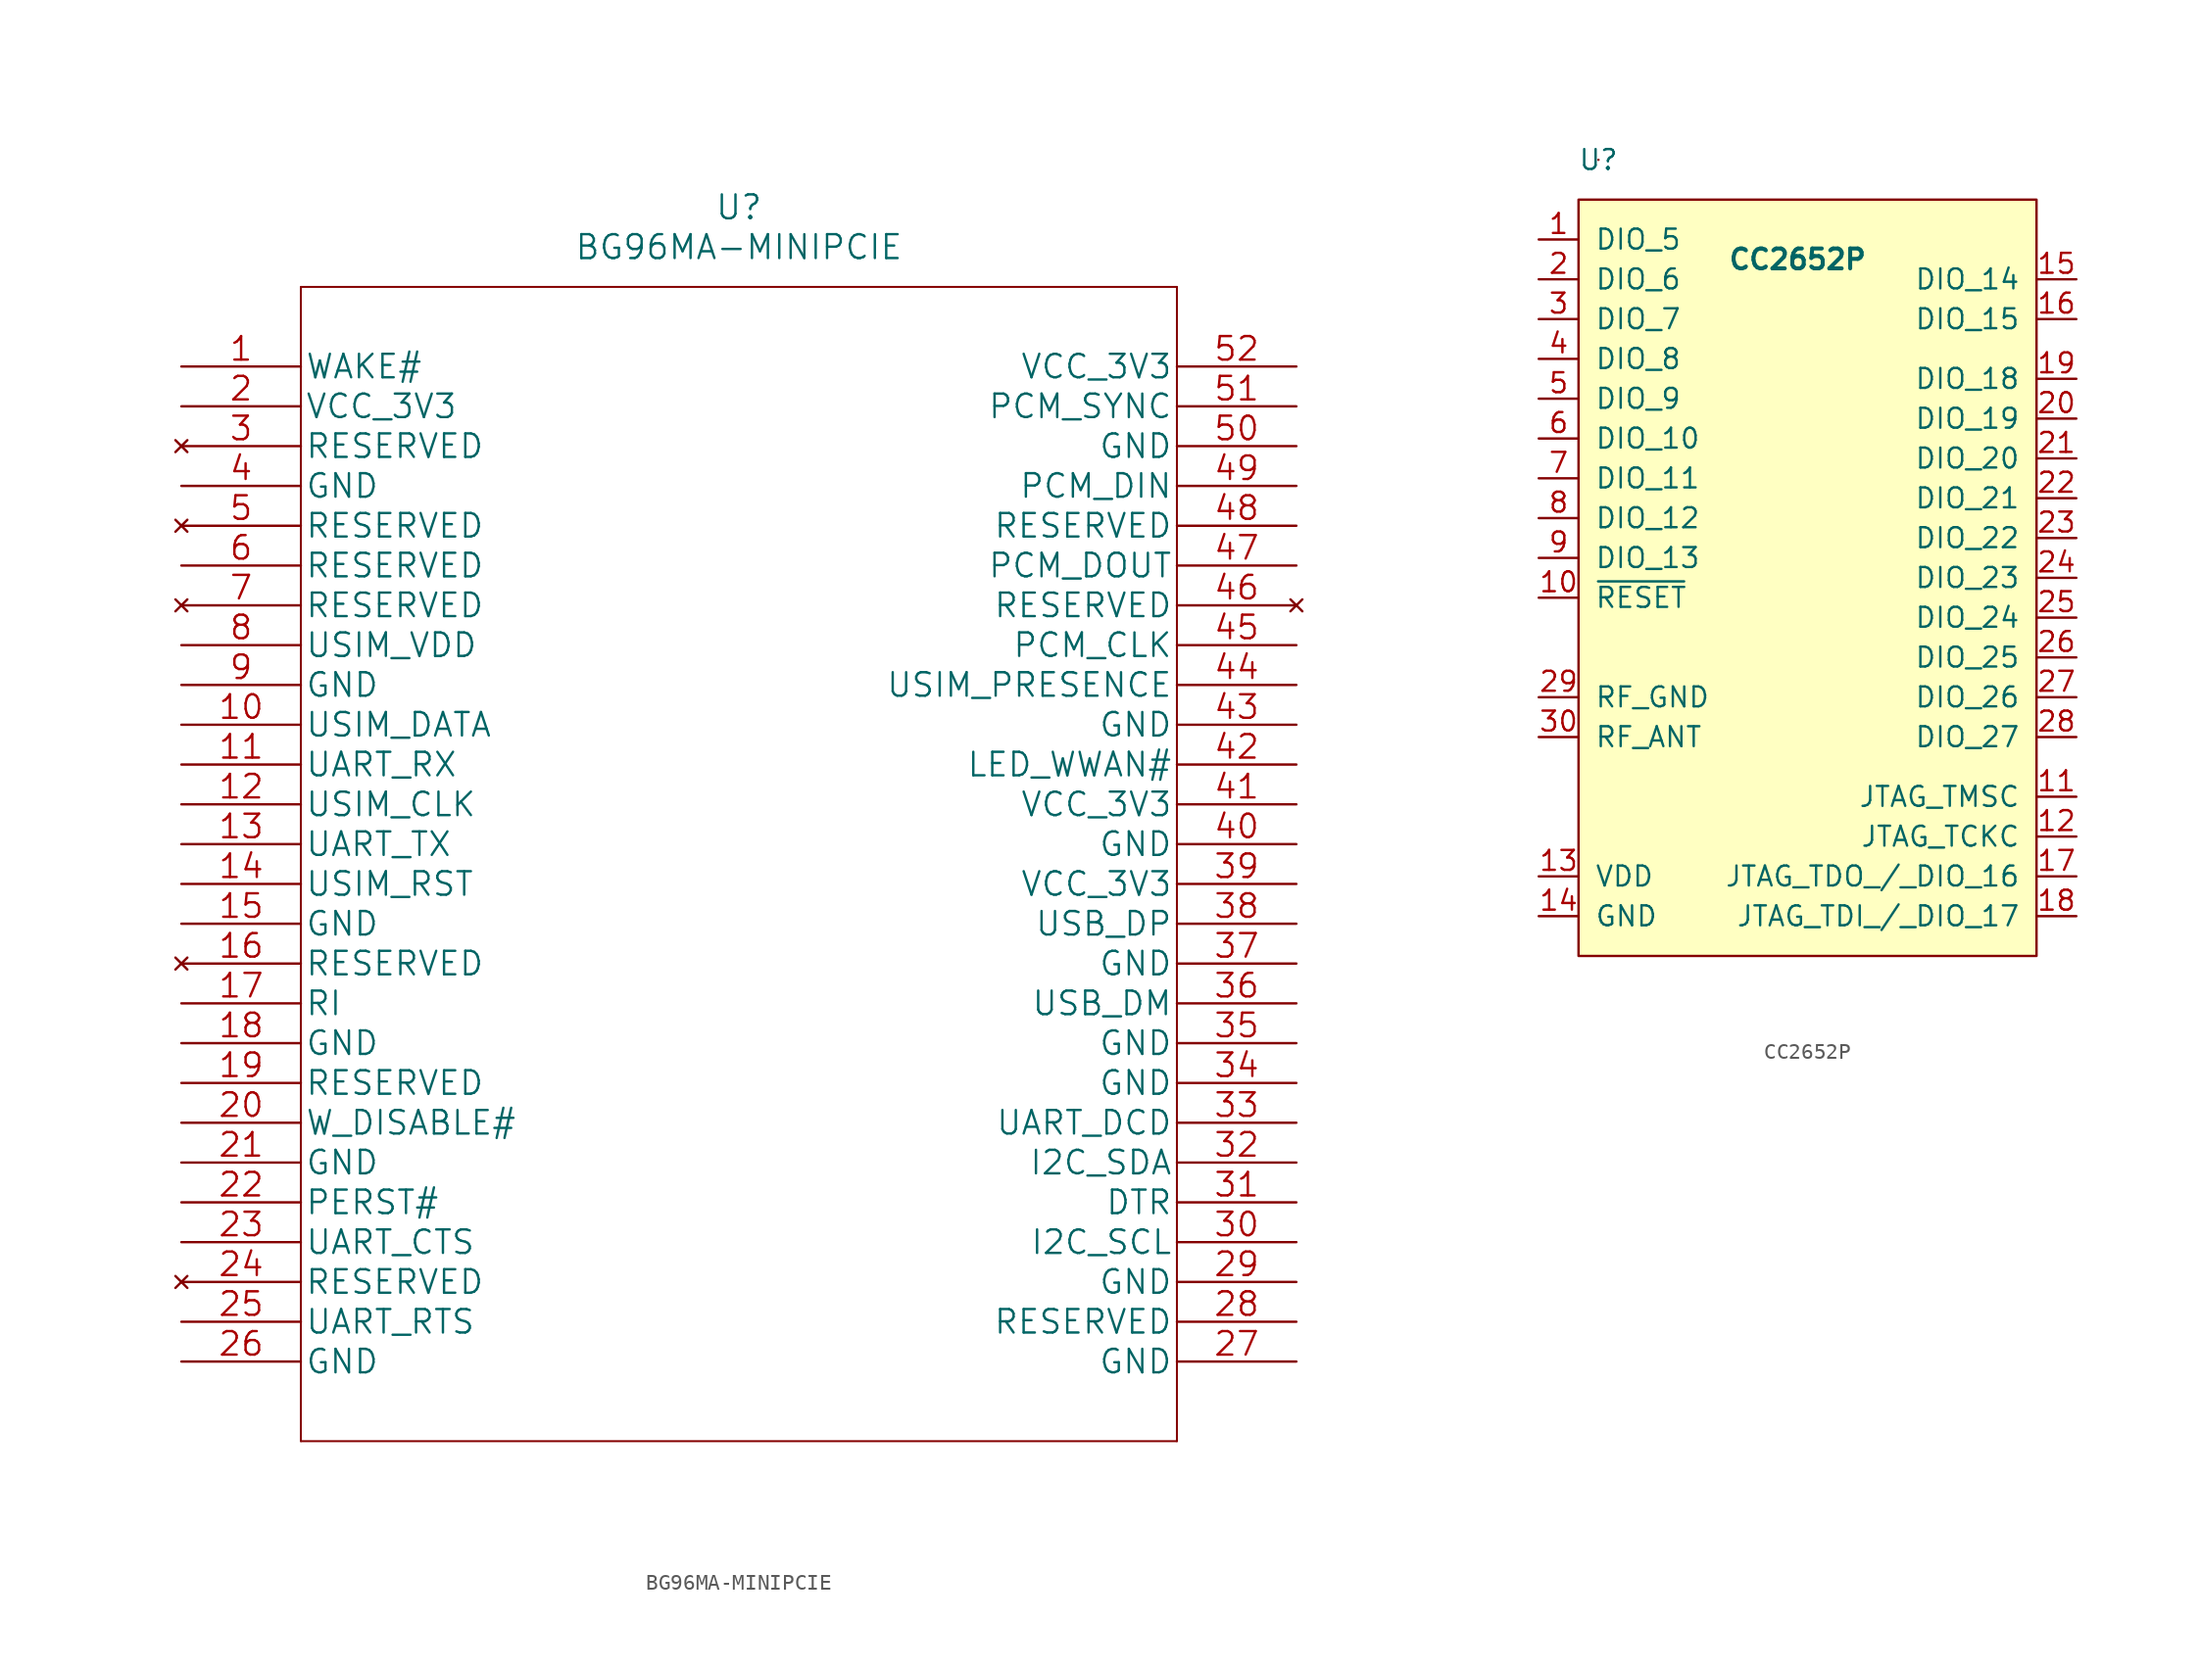
<source format=kicad_sym>
(kicad_symbol_lib
  (version 20211014)
  (generator kicad_symbol_editor)
  (symbol "BG96MA-MINIPCIE"
    (pin_names
      (offset 0.254))
    (property "Reference" "U"
      (at 35.56 10.16 0)
      (effects (font (size 1.524 1.524))))
    (property "Value" "BG96MA-MINIPCIE"
      (at 35.56 7.62 0)
      (effects (font (size 1.524 1.524))))
    (property "Datasheet" ""
      (at 0 0 0)
      (effects (font (size 1.524 1.524))))
    (symbol "BG96MA-MINIPCIE_1_1"
      (polyline (pts (xy 7.62 -68.58) (xy 63.5 -68.58)) (stroke (width 0.127) (type default) (color 0 0 0 0)) (fill (type none)))
      (polyline (pts (xy 7.62 5.08) (xy 7.62 -68.58)) (stroke (width 0.127) (type default) (color 0 0 0 0)) (fill (type none)))
      (polyline (pts (xy 63.5 -68.58) (xy 63.5 5.08)) (stroke (width 0.127) (type default) (color 0 0 0 0)) (fill (type none)))
      (polyline (pts (xy 63.5 5.08) (xy 7.62 5.08)) (stroke (width 0.127) (type default) (color 0 0 0 0)) (fill (type none)))
      (pin unspecified line (at 0 0 0) (length 7.62) (name "WAKE#" (effects (font (size 1.499 1.499)))) (number "1" (effects (font (size 1.499 1.499)))))
      (pin bidirectional line (at 0 -22.86 0) (length 7.62) (name "USIM_DATA" (effects (font (size 1.499 1.499)))) (number "10" (effects (font (size 1.499 1.499)))))
      (pin input line (at 0 -25.4 0) (length 7.62) (name "UART_RX" (effects (font (size 1.499 1.499)))) (number "11" (effects (font (size 1.499 1.499)))))
      (pin output line (at 0 -27.94 0) (length 7.62) (name "USIM_CLK" (effects (font (size 1.499 1.499)))) (number "12" (effects (font (size 1.499 1.499)))))
      (pin output line (at 0 -30.48 0) (length 7.62) (name "UART_TX" (effects (font (size 1.499 1.499)))) (number "13" (effects (font (size 1.499 1.499)))))
      (pin output line (at 0 -33.02 0) (length 7.62) (name "USIM_RST" (effects (font (size 1.499 1.499)))) (number "14" (effects (font (size 1.499 1.499)))))
      (pin power_in line (at 0 -35.56 0) (length 7.62) (name "GND" (effects (font (size 1.499 1.499)))) (number "15" (effects (font (size 1.499 1.499)))))
      (pin no_connect line (at 0 -38.1 0) (length 7.62) (name "RESERVED" (effects (font (size 1.499 1.499)))) (number "16" (effects (font (size 1.499 1.499)))))
      (pin output line (at 0 -40.64 0) (length 7.62) (name "RI" (effects (font (size 1.499 1.499)))) (number "17" (effects (font (size 1.499 1.499)))))
      (pin power_in line (at 0 -43.18 0) (length 7.62) (name "GND" (effects (font (size 1.499 1.499)))) (number "18" (effects (font (size 1.499 1.499)))))
      (pin input line (at 0 -45.72 0) (length 7.62) (name "RESERVED" (effects (font (size 1.499 1.499)))) (number "19" (effects (font (size 1.499 1.499)))))
      (pin power_in line (at 0 -2.54 0) (length 7.62) (name "VCC_3V3" (effects (font (size 1.499 1.499)))) (number "2" (effects (font (size 1.499 1.499)))))
      (pin input line (at 0 -48.26 0) (length 7.62) (name "W_DISABLE#" (effects (font (size 1.499 1.499)))) (number "20" (effects (font (size 1.499 1.499)))))
      (pin power_in line (at 0 -50.8 0) (length 7.62) (name "GND" (effects (font (size 1.499 1.499)))) (number "21" (effects (font (size 1.499 1.499)))))
      (pin input line (at 0 -53.34 0) (length 7.62) (name "PERST#" (effects (font (size 1.499 1.499)))) (number "22" (effects (font (size 1.499 1.499)))))
      (pin input line (at 0 -55.88 0) (length 7.62) (name "UART_CTS" (effects (font (size 1.499 1.499)))) (number "23" (effects (font (size 1.499 1.499)))))
      (pin no_connect line (at 0 -58.42 0) (length 7.62) (name "RESERVED" (effects (font (size 1.499 1.499)))) (number "24" (effects (font (size 1.499 1.499)))))
      (pin output line (at 0 -60.96 0) (length 7.62) (name "UART_RTS" (effects (font (size 1.499 1.499)))) (number "25" (effects (font (size 1.499 1.499)))))
      (pin power_in line (at 0 -63.5 0) (length 7.62) (name "GND" (effects (font (size 1.499 1.499)))) (number "26" (effects (font (size 1.499 1.499)))))
      (pin power_in line (at 71.12 -63.5 180) (length 7.62) (name "GND" (effects (font (size 1.499 1.499)))) (number "27" (effects (font (size 1.499 1.499)))))
      (pin input line (at 71.12 -60.96 180) (length 7.62) (name "RESERVED" (effects (font (size 1.499 1.499)))) (number "28" (effects (font (size 1.499 1.499)))))
      (pin power_in line (at 71.12 -58.42 180) (length 7.62) (name "GND" (effects (font (size 1.499 1.499)))) (number "29" (effects (font (size 1.499 1.499)))))
      (pin no_connect line (at 0 -5.08 0) (length 7.62) (name "RESERVED" (effects (font (size 1.499 1.499)))) (number "3" (effects (font (size 1.499 1.499)))))
      (pin unspecified line (at 71.12 -55.88 180) (length 7.62) (name "I2C_SCL" (effects (font (size 1.499 1.499)))) (number "30" (effects (font (size 1.499 1.499)))))
      (pin input line (at 71.12 -53.34 180) (length 7.62) (name "DTR" (effects (font (size 1.499 1.499)))) (number "31" (effects (font (size 1.499 1.499)))))
      (pin unspecified line (at 71.12 -50.8 180) (length 7.62) (name "I2C_SDA" (effects (font (size 1.499 1.499)))) (number "32" (effects (font (size 1.499 1.499)))))
      (pin input line (at 71.12 -48.26 180) (length 7.62) (name "UART_DCD" (effects (font (size 1.499 1.499)))) (number "33" (effects (font (size 1.499 1.499)))))
      (pin power_in line (at 71.12 -45.72 180) (length 7.62) (name "GND" (effects (font (size 1.499 1.499)))) (number "34" (effects (font (size 1.499 1.499)))))
      (pin power_in line (at 71.12 -43.18 180) (length 7.62) (name "GND" (effects (font (size 1.499 1.499)))) (number "35" (effects (font (size 1.499 1.499)))))
      (pin bidirectional line (at 71.12 -40.64 180) (length 7.62) (name "USB_DM" (effects (font (size 1.499 1.499)))) (number "36" (effects (font (size 1.499 1.499)))))
      (pin power_in line (at 71.12 -38.1 180) (length 7.62) (name "GND" (effects (font (size 1.499 1.499)))) (number "37" (effects (font (size 1.499 1.499)))))
      (pin bidirectional line (at 71.12 -35.56 180) (length 7.62) (name "USB_DP" (effects (font (size 1.499 1.499)))) (number "38" (effects (font (size 1.499 1.499)))))
      (pin power_in line (at 71.12 -33.02 180) (length 7.62) (name "VCC_3V3" (effects (font (size 1.499 1.499)))) (number "39" (effects (font (size 1.499 1.499)))))
      (pin power_in line (at 0 -7.62 0) (length 7.62) (name "GND" (effects (font (size 1.499 1.499)))) (number "4" (effects (font (size 1.499 1.499)))))
      (pin power_in line (at 71.12 -30.48 180) (length 7.62) (name "GND" (effects (font (size 1.499 1.499)))) (number "40" (effects (font (size 1.499 1.499)))))
      (pin power_in line (at 71.12 -27.94 180) (length 7.62) (name "VCC_3V3" (effects (font (size 1.499 1.499)))) (number "41" (effects (font (size 1.499 1.499)))))
      (pin unspecified line (at 71.12 -25.4 180) (length 7.62) (name "LED_WWAN#" (effects (font (size 1.499 1.499)))) (number "42" (effects (font (size 1.499 1.499)))))
      (pin power_in line (at 71.12 -22.86 180) (length 7.62) (name "GND" (effects (font (size 1.499 1.499)))) (number "43" (effects (font (size 1.499 1.499)))))
      (pin input line (at 71.12 -20.32 180) (length 7.62) (name "USIM_PRESENCE" (effects (font (size 1.499 1.499)))) (number "44" (effects (font (size 1.499 1.499)))))
      (pin output line (at 71.12 -17.78 180) (length 7.62) (name "PCM_CLK" (effects (font (size 1.499 1.499)))) (number "45" (effects (font (size 1.499 1.499)))))
      (pin no_connect line (at 71.12 -15.24 180) (length 7.62) (name "RESERVED" (effects (font (size 1.499 1.499)))) (number "46" (effects (font (size 1.499 1.499)))))
      (pin output line (at 71.12 -12.7 180) (length 7.62) (name "PCM_DOUT" (effects (font (size 1.499 1.499)))) (number "47" (effects (font (size 1.499 1.499)))))
      (pin output line (at 71.12 -10.16 180) (length 7.62) (name "RESERVED" (effects (font (size 1.499 1.499)))) (number "48" (effects (font (size 1.499 1.499)))))
      (pin input line (at 71.12 -7.62 180) (length 7.62) (name "PCM_DIN" (effects (font (size 1.499 1.499)))) (number "49" (effects (font (size 1.499 1.499)))))
      (pin no_connect line (at 0 -10.16 0) (length 7.62) (name "RESERVED" (effects (font (size 1.499 1.499)))) (number "5" (effects (font (size 1.499 1.499)))))
      (pin power_in line (at 71.12 -5.08 180) (length 7.62) (name "GND" (effects (font (size 1.499 1.499)))) (number "50" (effects (font (size 1.499 1.499)))))
      (pin output line (at 71.12 -2.54 180) (length 7.62) (name "PCM_SYNC" (effects (font (size 1.499 1.499)))) (number "51" (effects (font (size 1.499 1.499)))))
      (pin power_in line (at 71.12 0 180) (length 7.62) (name "VCC_3V3" (effects (font (size 1.499 1.499)))) (number "52" (effects (font (size 1.499 1.499)))))
      (pin input line (at 0 -12.7 0) (length 7.62) (name "RESERVED" (effects (font (size 1.499 1.499)))) (number "6" (effects (font (size 1.499 1.499)))))
      (pin no_connect line (at 0 -15.24 0) (length 7.62) (name "RESERVED" (effects (font (size 1.499 1.499)))) (number "7" (effects (font (size 1.499 1.499)))))
      (pin power_in line (at 0 -17.78 0) (length 7.62) (name "USIM_VDD" (effects (font (size 1.499 1.499)))) (number "8" (effects (font (size 1.499 1.499)))))
      (pin power_in line (at 0 -20.32 0) (length 7.62) (name "GND" (effects (font (size 1.499 1.499)))) (number "9" (effects (font (size 1.499 1.499)))))))
  (symbol "CC2652P"
    (pin_names
      (offset 1.016))
    (property "Reference" "U"
      (at -12.7 24.13 0)
      (effects (font (size 1.27 1.27))))
    (property "Value" "CC2652P"
      (at 0 17.78 0)
      (effects (font (size 1.27 1.27) bold)))
    (symbol "CC2652P_0_1"
      (rectangle (start -13.97 21.59) (end 15.24 -26.67) (stroke (width 0) (type default) (color 0 0 0 0)) (fill (type background)))
      (rectangle (start -12.7 24.13) (end -12.7 24.13) (stroke (width 0) (type default) (color 0 0 0 0)) (fill (type none))))
    (symbol "CC2652P_1_1"
      (pin bidirectional line (at -16.51 19.05 0) (length 2.54) (name "DIO_5" (effects (font (size 1.27 1.27)))) (number "1" (effects (font (size 1.27 1.27)))))
      (pin input line (at -16.51 -3.81 0) (length 2.54) (name "~{RESET}" (effects (font (size 1.27 1.27)))) (number "10" (effects (font (size 1.27 1.27)))))
      (pin bidirectional line (at 17.78 -16.51 180) (length 2.54) (name "JTAG_TMSC" (effects (font (size 1.27 1.27)))) (number "11" (effects (font (size 1.27 1.27)))))
      (pin input line (at 17.78 -19.05 180) (length 2.54) (name "JTAG_TCKC" (effects (font (size 1.27 1.27)))) (number "12" (effects (font (size 1.27 1.27)))))
      (pin input line (at -16.51 -21.59 0) (length 2.54) (name "VDD" (effects (font (size 1.27 1.27)))) (number "13" (effects (font (size 1.27 1.27)))))
      (pin input line (at -16.51 -24.13 0) (length 2.54) (name "GND" (effects (font (size 1.27 1.27)))) (number "14" (effects (font (size 1.27 1.27)))))
      (pin bidirectional line (at 17.78 16.51 180) (length 2.54) (name "DIO_14" (effects (font (size 1.27 1.27)))) (number "15" (effects (font (size 1.27 1.27)))))
      (pin bidirectional line (at 17.78 13.97 180) (length 2.54) (name "DIO_15" (effects (font (size 1.27 1.27)))) (number "16" (effects (font (size 1.27 1.27)))))
      (pin bidirectional line (at 17.78 -21.59 180) (length 2.54) (name "JTAG_TDO_/_DIO_16" (effects (font (size 1.27 1.27)))) (number "17" (effects (font (size 1.27 1.27)))))
      (pin bidirectional line (at 17.78 -24.13 180) (length 2.54) (name "JTAG_TDI_/_DIO_17" (effects (font (size 1.27 1.27)))) (number "18" (effects (font (size 1.27 1.27)))))
      (pin bidirectional line (at 17.78 10.16 180) (length 2.54) (name "DIO_18" (effects (font (size 1.27 1.27)))) (number "19" (effects (font (size 1.27 1.27)))))
      (pin bidirectional line (at -16.51 16.51 0) (length 2.54) (name "DIO_6" (effects (font (size 1.27 1.27)))) (number "2" (effects (font (size 1.27 1.27)))))
      (pin bidirectional line (at 17.78 7.62 180) (length 2.54) (name "DIO_19" (effects (font (size 1.27 1.27)))) (number "20" (effects (font (size 1.27 1.27)))))
      (pin bidirectional line (at 17.78 5.08 180) (length 2.54) (name "DIO_20" (effects (font (size 1.27 1.27)))) (number "21" (effects (font (size 1.27 1.27)))))
      (pin bidirectional line (at 17.78 2.54 180) (length 2.54) (name "DIO_21" (effects (font (size 1.27 1.27)))) (number "22" (effects (font (size 1.27 1.27)))))
      (pin bidirectional line (at 17.78 0 180) (length 2.54) (name "DIO_22" (effects (font (size 1.27 1.27)))) (number "23" (effects (font (size 1.27 1.27)))))
      (pin bidirectional line (at 17.78 -2.54 180) (length 2.54) (name "DIO_23" (effects (font (size 1.27 1.27)))) (number "24" (effects (font (size 1.27 1.27)))))
      (pin bidirectional line (at 17.78 -5.08 180) (length 2.54) (name "DIO_24" (effects (font (size 1.27 1.27)))) (number "25" (effects (font (size 1.27 1.27)))))
      (pin bidirectional line (at 17.78 -7.62 180) (length 2.54) (name "DIO_25" (effects (font (size 1.27 1.27)))) (number "26" (effects (font (size 1.27 1.27)))))
      (pin bidirectional line (at 17.78 -10.16 180) (length 2.54) (name "DIO_26" (effects (font (size 1.27 1.27)))) (number "27" (effects (font (size 1.27 1.27)))))
      (pin bidirectional line (at 17.78 -12.7 180) (length 2.54) (name "DIO_27" (effects (font (size 1.27 1.27)))) (number "28" (effects (font (size 1.27 1.27)))))
      (pin bidirectional line (at -16.51 -10.16 0) (length 2.54) (name "RF_GND" (effects (font (size 1.27 1.27)))) (number "29" (effects (font (size 1.27 1.27)))))
      (pin bidirectional line (at -16.51 13.97 0) (length 2.54) (name "DIO_7" (effects (font (size 1.27 1.27)))) (number "3" (effects (font (size 1.27 1.27)))))
      (pin bidirectional line (at -16.51 -12.7 0) (length 2.54) (name "RF_ANT" (effects (font (size 1.27 1.27)))) (number "30" (effects (font (size 1.27 1.27)))))
      (pin bidirectional line (at -16.51 11.43 0) (length 2.54) (name "DIO_8" (effects (font (size 1.27 1.27)))) (number "4" (effects (font (size 1.27 1.27)))))
      (pin bidirectional line (at -16.51 8.89 0) (length 2.54) (name "DIO_9" (effects (font (size 1.27 1.27)))) (number "5" (effects (font (size 1.27 1.27)))))
      (pin bidirectional line (at -16.51 6.35 0) (length 2.54) (name "DIO_10" (effects (font (size 1.27 1.27)))) (number "6" (effects (font (size 1.27 1.27)))))
      (pin bidirectional line (at -16.51 3.81 0) (length 2.54) (name "DIO_11" (effects (font (size 1.27 1.27)))) (number "7" (effects (font (size 1.27 1.27)))))
      (pin bidirectional line (at -16.51 1.27 0) (length 2.54) (name "DIO_12" (effects (font (size 1.27 1.27)))) (number "8" (effects (font (size 1.27 1.27)))))
      (pin bidirectional line (at -16.51 -1.27 0) (length 2.54) (name "DIO_13" (effects (font (size 1.27 1.27)))) (number "9" (effects (font (size 1.27 1.27))))))))
</source>
